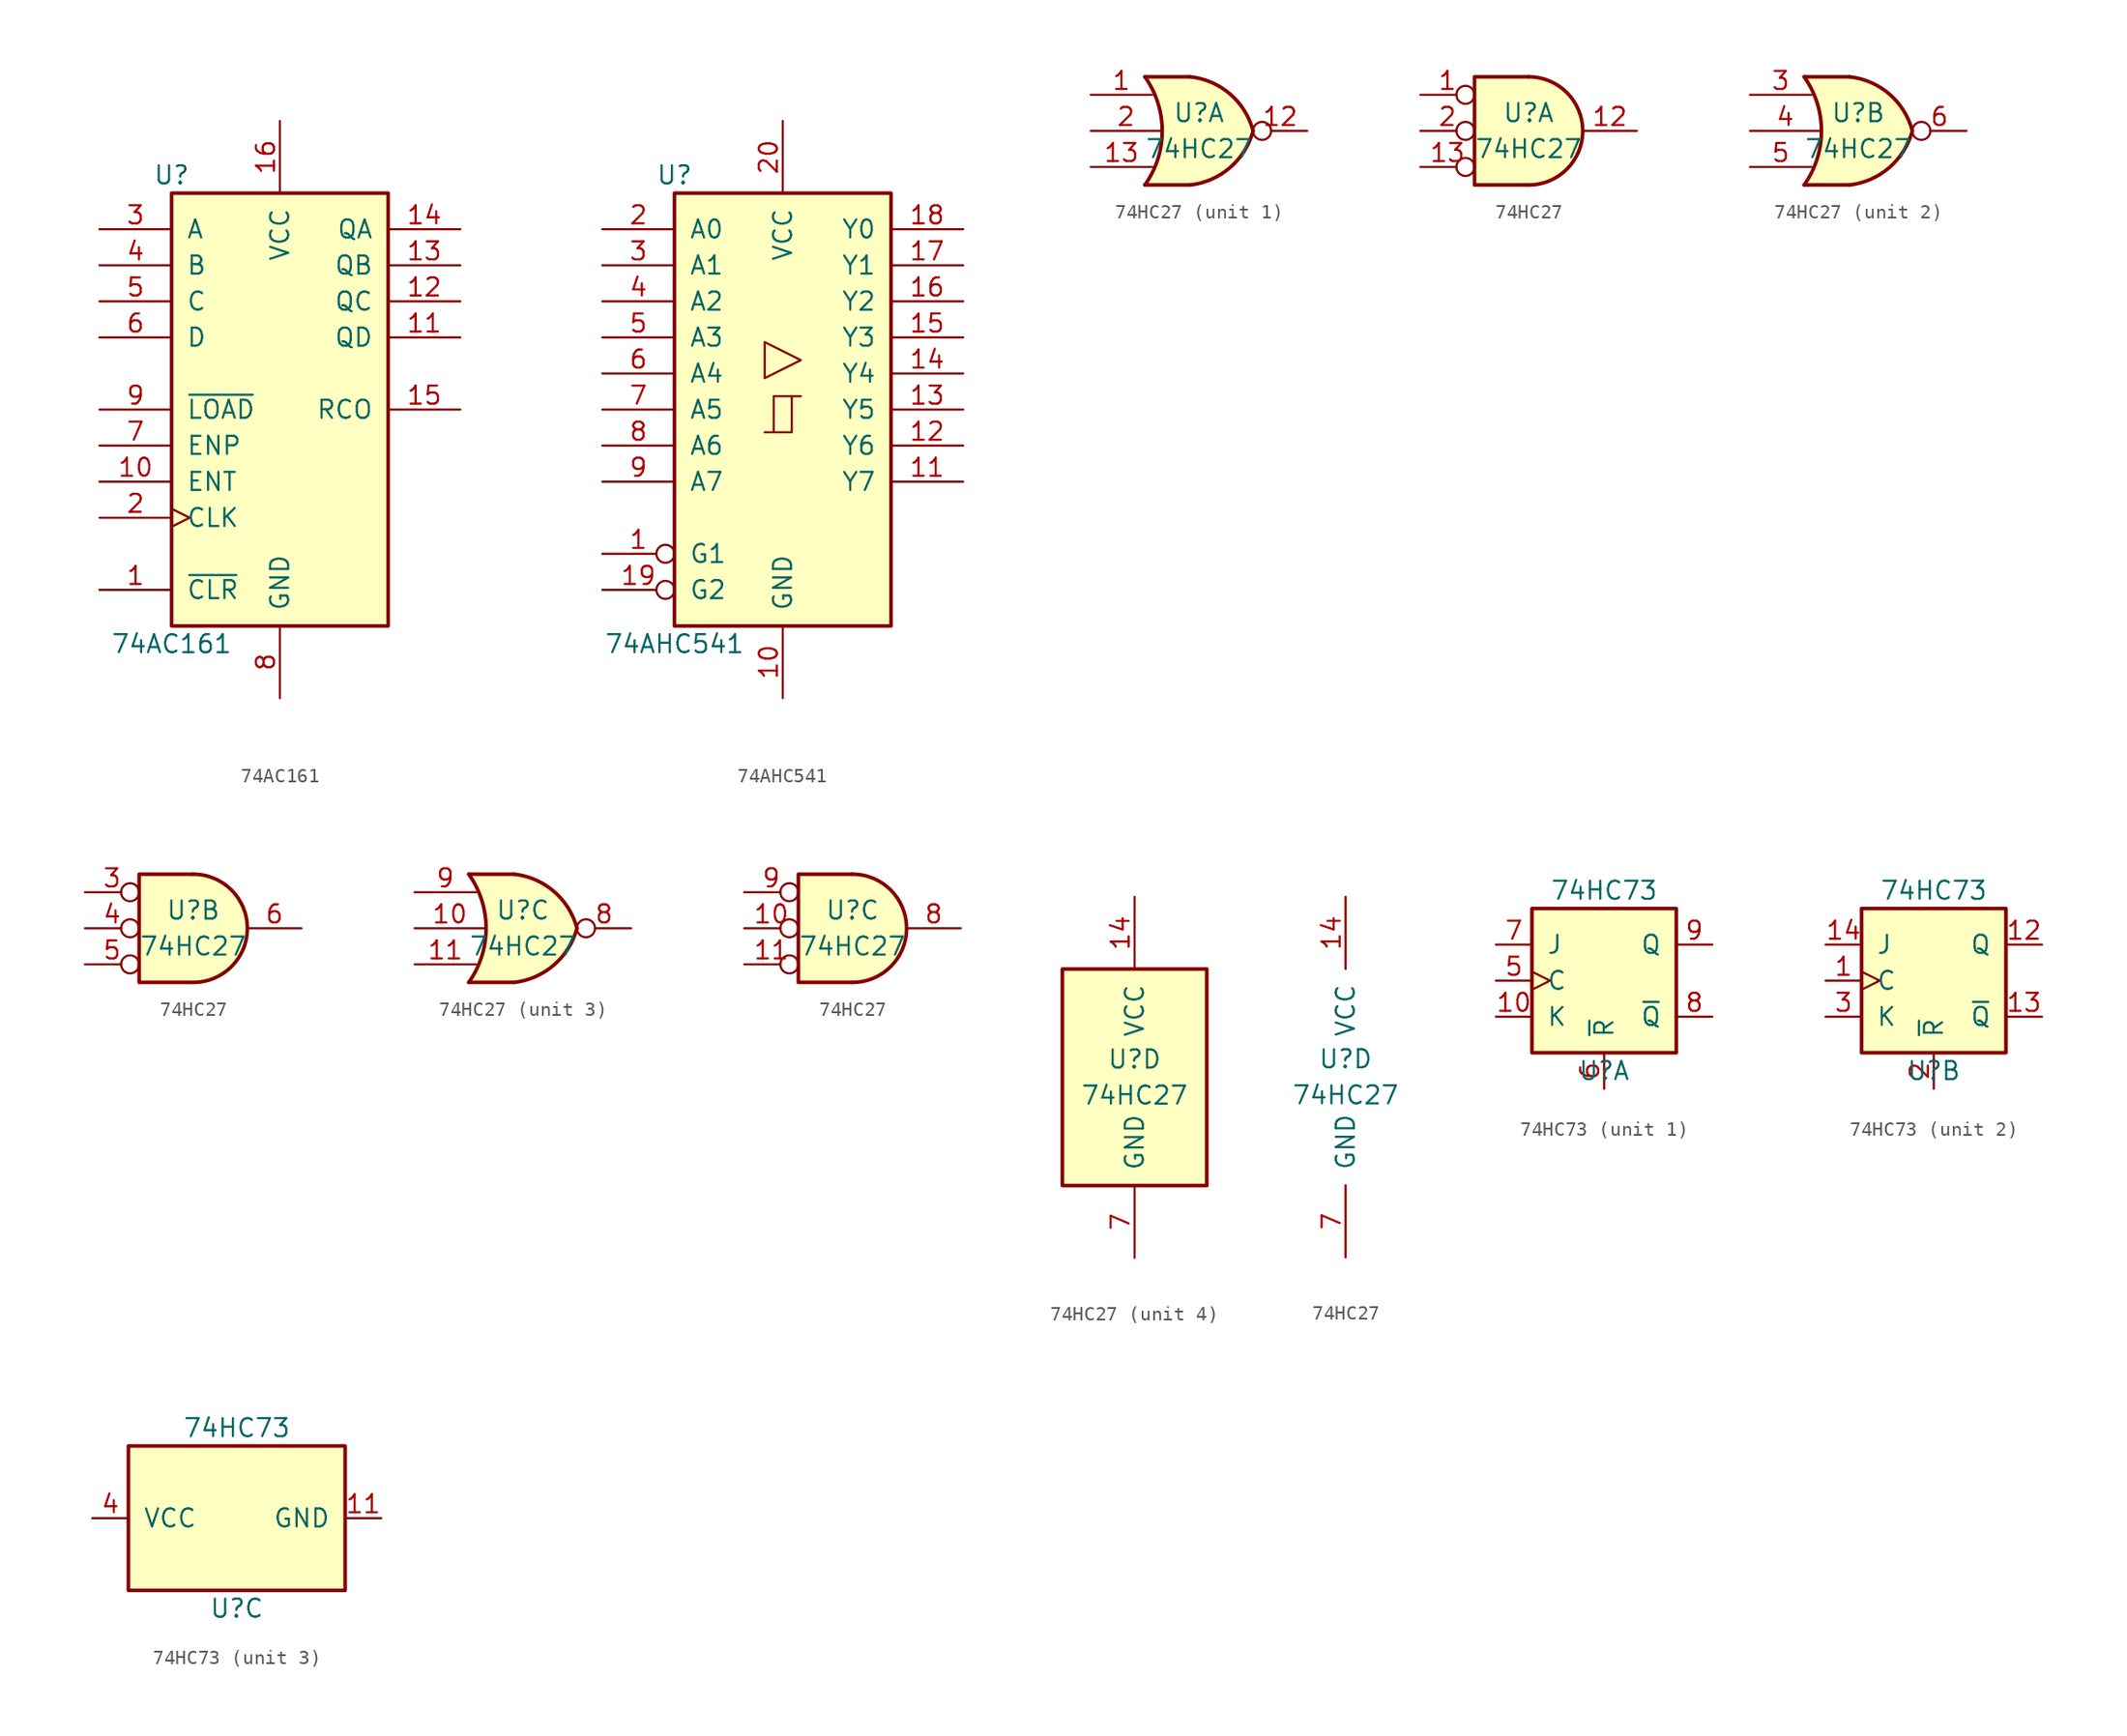
<source format=kicad_sym>
(kicad_symbol_lib
  (version 20220914)
  (generator kicad_symbol_editor)
  (symbol "74AC161"
    (pin_names
      (offset 1.016))
    (property "Reference" "U"
      (at -7.62 16.51 0)
      (effects (font (size 1.27 1.27))))
    (property "Value" "74AC161"
      (at -7.62 -16.51 0)
      (effects (font (size 1.27 1.27))))
    (symbol "74AC161_1_0"
      (pin input line (at -12.7 -12.7 0) (length 5.08) (name "~{CLR}" (effects (font (size 1.27 1.27)))) (number "1" (effects (font (size 1.27 1.27)))))
      (pin input line (at -12.7 -5.08 0) (length 5.08) (name "ENT" (effects (font (size 1.27 1.27)))) (number "10" (effects (font (size 1.27 1.27)))))
      (pin output line (at 12.7 5.08 180) (length 5.08) (name "QD" (effects (font (size 1.27 1.27)))) (number "11" (effects (font (size 1.27 1.27)))))
      (pin output line (at 12.7 7.62 180) (length 5.08) (name "QC" (effects (font (size 1.27 1.27)))) (number "12" (effects (font (size 1.27 1.27)))))
      (pin output line (at 12.7 10.16 180) (length 5.08) (name "QB" (effects (font (size 1.27 1.27)))) (number "13" (effects (font (size 1.27 1.27)))))
      (pin output line (at 12.7 12.7 180) (length 5.08) (name "QA" (effects (font (size 1.27 1.27)))) (number "14" (effects (font (size 1.27 1.27)))))
      (pin output line (at 12.7 0 180) (length 5.08) (name "RCO" (effects (font (size 1.27 1.27)))) (number "15" (effects (font (size 1.27 1.27)))))
      (pin power_in line (at 0 20.32 270) (length 5.08) (name "VCC" (effects (font (size 1.27 1.27)))) (number "16" (effects (font (size 1.27 1.27)))))
      (pin input clock (at -12.7 -7.62 0) (length 5.08) (name "CLK" (effects (font (size 1.27 1.27)))) (number "2" (effects (font (size 1.27 1.27)))))
      (pin input line (at -12.7 12.7 0) (length 5.08) (name "A" (effects (font (size 1.27 1.27)))) (number "3" (effects (font (size 1.27 1.27)))))
      (pin input line (at -12.7 10.16 0) (length 5.08) (name "B" (effects (font (size 1.27 1.27)))) (number "4" (effects (font (size 1.27 1.27)))))
      (pin input line (at -12.7 7.62 0) (length 5.08) (name "C" (effects (font (size 1.27 1.27)))) (number "5" (effects (font (size 1.27 1.27)))))
      (pin input line (at -12.7 5.08 0) (length 5.08) (name "D" (effects (font (size 1.27 1.27)))) (number "6" (effects (font (size 1.27 1.27)))))
      (pin input line (at -12.7 -2.54 0) (length 5.08) (name "ENP" (effects (font (size 1.27 1.27)))) (number "7" (effects (font (size 1.27 1.27)))))
      (pin power_in line (at 0 -20.32 90) (length 5.08) (name "GND" (effects (font (size 1.27 1.27)))) (number "8" (effects (font (size 1.27 1.27)))))
      (pin input line (at -12.7 0 0) (length 5.08) (name "~{LOAD}" (effects (font (size 1.27 1.27)))) (number "9" (effects (font (size 1.27 1.27))))))
    (symbol "74AC161_1_1"
      (rectangle (start -7.62 15.24) (end 7.62 -15.24) (stroke (width 0.254) (type default)) (fill (type background)))))
  (symbol "74AHC541"
    (pin_names
      (offset 1.016))
    (property "Reference" "U"
      (at -7.62 16.51 0)
      (effects (font (size 1.27 1.27))))
    (property "Value" "74AHC541"
      (at -7.62 -16.51 0)
      (effects (font (size 1.27 1.27))))
    (symbol "74AHC541_1_0"
      (polyline (pts (xy -0.635 -1.6) (xy -0.635 0.94) (xy 0.635 0.94)) (stroke (width 0) (type default)) (fill (type none)))
      (polyline (pts (xy -1.27 -1.6) (xy 0.635 -1.6) (xy 0.635 0.94) (xy 1.27 0.94)) (stroke (width 0) (type default)) (fill (type none)))
      (polyline (pts (xy 1.27 3.48) (xy -1.27 4.75) (xy -1.27 2.21) (xy 1.27 3.48)) (stroke (width 0.152) (type default)) (fill (type none)))
      (pin input inverted (at -12.7 -10.16 0) (length 5.08) (name "G1" (effects (font (size 1.27 1.27)))) (number "1" (effects (font (size 1.27 1.27)))))
      (pin power_in line (at 0 -20.32 90) (length 5.08) (name "GND" (effects (font (size 1.27 1.27)))) (number "10" (effects (font (size 1.27 1.27)))))
      (pin tri_state line (at 12.7 -5.08 180) (length 5.08) (name "Y7" (effects (font (size 1.27 1.27)))) (number "11" (effects (font (size 1.27 1.27)))))
      (pin tri_state line (at 12.7 -2.54 180) (length 5.08) (name "Y6" (effects (font (size 1.27 1.27)))) (number "12" (effects (font (size 1.27 1.27)))))
      (pin tri_state line (at 12.7 0 180) (length 5.08) (name "Y5" (effects (font (size 1.27 1.27)))) (number "13" (effects (font (size 1.27 1.27)))))
      (pin tri_state line (at 12.7 2.54 180) (length 5.08) (name "Y4" (effects (font (size 1.27 1.27)))) (number "14" (effects (font (size 1.27 1.27)))))
      (pin tri_state line (at 12.7 5.08 180) (length 5.08) (name "Y3" (effects (font (size 1.27 1.27)))) (number "15" (effects (font (size 1.27 1.27)))))
      (pin tri_state line (at 12.7 7.62 180) (length 5.08) (name "Y2" (effects (font (size 1.27 1.27)))) (number "16" (effects (font (size 1.27 1.27)))))
      (pin tri_state line (at 12.7 10.16 180) (length 5.08) (name "Y1" (effects (font (size 1.27 1.27)))) (number "17" (effects (font (size 1.27 1.27)))))
      (pin tri_state line (at 12.7 12.7 180) (length 5.08) (name "Y0" (effects (font (size 1.27 1.27)))) (number "18" (effects (font (size 1.27 1.27)))))
      (pin input inverted (at -12.7 -12.7 0) (length 5.08) (name "G2" (effects (font (size 1.27 1.27)))) (number "19" (effects (font (size 1.27 1.27)))))
      (pin input line (at -12.7 12.7 0) (length 5.08) (name "A0" (effects (font (size 1.27 1.27)))) (number "2" (effects (font (size 1.27 1.27)))))
      (pin power_in line (at 0 20.32 270) (length 5.08) (name "VCC" (effects (font (size 1.27 1.27)))) (number "20" (effects (font (size 1.27 1.27)))))
      (pin input line (at -12.7 10.16 0) (length 5.08) (name "A1" (effects (font (size 1.27 1.27)))) (number "3" (effects (font (size 1.27 1.27)))))
      (pin input line (at -12.7 7.62 0) (length 5.08) (name "A2" (effects (font (size 1.27 1.27)))) (number "4" (effects (font (size 1.27 1.27)))))
      (pin input line (at -12.7 5.08 0) (length 5.08) (name "A3" (effects (font (size 1.27 1.27)))) (number "5" (effects (font (size 1.27 1.27)))))
      (pin input line (at -12.7 2.54 0) (length 5.08) (name "A4" (effects (font (size 1.27 1.27)))) (number "6" (effects (font (size 1.27 1.27)))))
      (pin input line (at -12.7 0 0) (length 5.08) (name "A5" (effects (font (size 1.27 1.27)))) (number "7" (effects (font (size 1.27 1.27)))))
      (pin input line (at -12.7 -2.54 0) (length 5.08) (name "A6" (effects (font (size 1.27 1.27)))) (number "8" (effects (font (size 1.27 1.27)))))
      (pin input line (at -12.7 -5.08 0) (length 5.08) (name "A7" (effects (font (size 1.27 1.27)))) (number "9" (effects (font (size 1.27 1.27))))))
    (symbol "74AHC541_1_1"
      (rectangle (start -7.62 15.24) (end 7.62 -15.24) (stroke (width 0.254) (type default)) (fill (type background)))))
  (symbol "74HC27"
    (pin_names
      (offset 1.016))
    (property "Reference" "U"
      (at 0 1.27 0)
      (effects (font (size 1.27 1.27))))
    (property "Value" "74HC27"
      (at 0 -1.27 0)
      (effects (font (size 1.27 1.27))))
    (property "ki_locked" ""
      (at 0 0 0)
      (effects (font (size 1.27 1.27))))
    (symbol "74HC27_1_1"
      (arc (start -3.81 -3.81) (mid -2.589 0) (end -3.81 3.81) (stroke (width 0.254) (type default)) (fill (type none)))
      (arc (start -0.6096 -3.81) (mid 2.1842 -2.5851) (end 3.81 0) (stroke (width 0.254) (type default)) (fill (type background)))
      (polyline (pts (xy -3.81 -3.81) (xy -0.635 -3.81)) (stroke (width 0.254) (type default)) (fill (type background)))
      (polyline (pts (xy -3.81 3.81) (xy -0.635 3.81)) (stroke (width 0.254) (type default)) (fill (type background)))
      (polyline (pts (xy -0.635 3.81) (xy -3.81 3.81) (xy -3.81 3.81) (xy -3.556 3.404) (xy -3.023 2.261) (xy -2.692 1.041) (xy -2.616 -0.254) (xy -2.769 -1.499) (xy -3.175 -2.718) (xy -3.81 -3.81) (xy -3.81 -3.81) (xy -0.635 -3.81)) (stroke (width -25.4) (type default)) (fill (type background)))
      (arc (start 3.81 0) (mid 2.1915 2.5936) (end -0.6096 3.81) (stroke (width 0.254) (type default)) (fill (type background)))
      (pin input line (at -7.62 2.54 0) (length 4.318) (name "~" (effects (font (size 1.27 1.27)))) (number "1" (effects (font (size 1.27 1.27)))))
      (pin output inverted (at 7.62 0 180) (length 3.81) (name "~" (effects (font (size 1.27 1.27)))) (number "12" (effects (font (size 1.27 1.27)))))
      (pin input line (at -7.62 -2.54 0) (length 4.318) (name "~" (effects (font (size 1.27 1.27)))) (number "13" (effects (font (size 1.27 1.27)))))
      (pin input line (at -7.62 0 0) (length 4.953) (name "~" (effects (font (size 1.27 1.27)))) (number "2" (effects (font (size 1.27 1.27))))))
    (symbol "74HC27_1_2"
      (arc (start 0 -3.81) (mid 3.7934 0) (end 0 3.81) (stroke (width 0.254) (type default)) (fill (type background)))
      (polyline (pts (xy 0 3.81) (xy -3.81 3.81) (xy -3.81 -3.81) (xy 0 -3.81)) (stroke (width 0.254) (type default)) (fill (type background)))
      (pin input inverted (at -7.62 2.54 0) (length 3.81) (name "~" (effects (font (size 1.27 1.27)))) (number "1" (effects (font (size 1.27 1.27)))))
      (pin output line (at 7.62 0 180) (length 3.81) (name "~" (effects (font (size 1.27 1.27)))) (number "12" (effects (font (size 1.27 1.27)))))
      (pin input inverted (at -7.62 -2.54 0) (length 3.81) (name "~" (effects (font (size 1.27 1.27)))) (number "13" (effects (font (size 1.27 1.27)))))
      (pin input inverted (at -7.62 0 0) (length 3.81) (name "~" (effects (font (size 1.27 1.27)))) (number "2" (effects (font (size 1.27 1.27))))))
    (symbol "74HC27_2_1"
      (arc (start -3.81 -3.81) (mid -2.589 0) (end -3.81 3.81) (stroke (width 0.254) (type default)) (fill (type none)))
      (arc (start -0.6096 -3.81) (mid 2.1842 -2.5851) (end 3.81 0) (stroke (width 0.254) (type default)) (fill (type background)))
      (polyline (pts (xy -3.81 -3.81) (xy -0.635 -3.81)) (stroke (width 0.254) (type default)) (fill (type background)))
      (polyline (pts (xy -3.81 3.81) (xy -0.635 3.81)) (stroke (width 0.254) (type default)) (fill (type background)))
      (polyline (pts (xy -0.635 3.81) (xy -3.81 3.81) (xy -3.81 3.81) (xy -3.556 3.404) (xy -3.023 2.261) (xy -2.692 1.041) (xy -2.616 -0.254) (xy -2.769 -1.499) (xy -3.175 -2.718) (xy -3.81 -3.81) (xy -3.81 -3.81) (xy -0.635 -3.81)) (stroke (width -25.4) (type default)) (fill (type background)))
      (arc (start 3.81 0) (mid 2.1915 2.5936) (end -0.6096 3.81) (stroke (width 0.254) (type default)) (fill (type background)))
      (pin input line (at -7.62 2.54 0) (length 4.318) (name "~" (effects (font (size 1.27 1.27)))) (number "3" (effects (font (size 1.27 1.27)))))
      (pin input line (at -7.62 0 0) (length 4.953) (name "~" (effects (font (size 1.27 1.27)))) (number "4" (effects (font (size 1.27 1.27)))))
      (pin input line (at -7.62 -2.54 0) (length 4.318) (name "~" (effects (font (size 1.27 1.27)))) (number "5" (effects (font (size 1.27 1.27)))))
      (pin output inverted (at 7.62 0 180) (length 3.81) (name "~" (effects (font (size 1.27 1.27)))) (number "6" (effects (font (size 1.27 1.27))))))
    (symbol "74HC27_2_2"
      (arc (start 0 -3.81) (mid 3.7934 0) (end 0 3.81) (stroke (width 0.254) (type default)) (fill (type background)))
      (polyline (pts (xy 0 3.81) (xy -3.81 3.81) (xy -3.81 -3.81) (xy 0 -3.81)) (stroke (width 0.254) (type default)) (fill (type background)))
      (pin input inverted (at -7.62 2.54 0) (length 3.81) (name "~" (effects (font (size 1.27 1.27)))) (number "3" (effects (font (size 1.27 1.27)))))
      (pin input inverted (at -7.62 0 0) (length 3.81) (name "~" (effects (font (size 1.27 1.27)))) (number "4" (effects (font (size 1.27 1.27)))))
      (pin input inverted (at -7.62 -2.54 0) (length 3.81) (name "~" (effects (font (size 1.27 1.27)))) (number "5" (effects (font (size 1.27 1.27)))))
      (pin output line (at 7.62 0 180) (length 3.81) (name "~" (effects (font (size 1.27 1.27)))) (number "6" (effects (font (size 1.27 1.27))))))
    (symbol "74HC27_3_1"
      (arc (start -3.81 -3.81) (mid -2.589 0) (end -3.81 3.81) (stroke (width 0.254) (type default)) (fill (type none)))
      (arc (start -0.6096 -3.81) (mid 2.1842 -2.5851) (end 3.81 0) (stroke (width 0.254) (type default)) (fill (type background)))
      (polyline (pts (xy -3.81 -3.81) (xy -0.635 -3.81)) (stroke (width 0.254) (type default)) (fill (type background)))
      (polyline (pts (xy -3.81 3.81) (xy -0.635 3.81)) (stroke (width 0.254) (type default)) (fill (type background)))
      (polyline (pts (xy -0.635 3.81) (xy -3.81 3.81) (xy -3.81 3.81) (xy -3.556 3.404) (xy -3.023 2.261) (xy -2.692 1.041) (xy -2.616 -0.254) (xy -2.769 -1.499) (xy -3.175 -2.718) (xy -3.81 -3.81) (xy -3.81 -3.81) (xy -0.635 -3.81)) (stroke (width -25.4) (type default)) (fill (type background)))
      (arc (start 3.81 0) (mid 2.1915 2.5936) (end -0.6096 3.81) (stroke (width 0.254) (type default)) (fill (type background)))
      (pin input line (at -7.62 0 0) (length 4.953) (name "~" (effects (font (size 1.27 1.27)))) (number "10" (effects (font (size 1.27 1.27)))))
      (pin input line (at -7.62 -2.54 0) (length 4.318) (name "~" (effects (font (size 1.27 1.27)))) (number "11" (effects (font (size 1.27 1.27)))))
      (pin output inverted (at 7.62 0 180) (length 3.81) (name "~" (effects (font (size 1.27 1.27)))) (number "8" (effects (font (size 1.27 1.27)))))
      (pin input line (at -7.62 2.54 0) (length 4.318) (name "~" (effects (font (size 1.27 1.27)))) (number "9" (effects (font (size 1.27 1.27))))))
    (symbol "74HC27_3_2"
      (arc (start 0 -3.81) (mid 3.7934 0) (end 0 3.81) (stroke (width 0.254) (type default)) (fill (type background)))
      (polyline (pts (xy 0 3.81) (xy -3.81 3.81) (xy -3.81 -3.81) (xy 0 -3.81)) (stroke (width 0.254) (type default)) (fill (type background)))
      (pin input inverted (at -7.62 0 0) (length 3.81) (name "~" (effects (font (size 1.27 1.27)))) (number "10" (effects (font (size 1.27 1.27)))))
      (pin input inverted (at -7.62 -2.54 0) (length 3.81) (name "~" (effects (font (size 1.27 1.27)))) (number "11" (effects (font (size 1.27 1.27)))))
      (pin output line (at 7.62 0 180) (length 3.81) (name "~" (effects (font (size 1.27 1.27)))) (number "8" (effects (font (size 1.27 1.27)))))
      (pin input inverted (at -7.62 2.54 0) (length 3.81) (name "~" (effects (font (size 1.27 1.27)))) (number "9" (effects (font (size 1.27 1.27))))))
    (symbol "74HC27_4_0"
      (pin power_in line (at 0 12.7 270) (length 5.08) (name "VCC" (effects (font (size 1.27 1.27)))) (number "14" (effects (font (size 1.27 1.27)))))
      (pin power_in line (at 0 -12.7 90) (length 5.08) (name "GND" (effects (font (size 1.27 1.27)))) (number "7" (effects (font (size 1.27 1.27))))))
    (symbol "74HC27_4_1"
      (rectangle (start -5.08 7.62) (end 5.08 -7.62) (stroke (width 0.254) (type default)) (fill (type background)))))
  (symbol "74HC73"
    (pin_names
      (offset 1.016))
    (property "Reference" "U"
      (at 0 -6.35 0)
      (effects (font (size 1.27 1.27))))
    (property "Value" "74HC73"
      (at 0 6.35 0)
      (effects (font (size 1.27 1.27))))
    (property "ki_locked" ""
      (at 0 0 0)
      (effects (font (size 1.27 1.27))))
    (symbol "74HC73_1_0"
      (pin input line (at -7.62 -2.54 0) (length 2.54) (name "K" (effects (font (size 1.27 1.27)))) (number "10" (effects (font (size 1.27 1.27)))))
      (pin input clock (at -7.62 0 0) (length 2.54) (name "C" (effects (font (size 1.27 1.27)))) (number "5" (effects (font (size 1.27 1.27)))))
      (pin input line (at 0 -7.62 90) (length 2.54) (name "~{R}" (effects (font (size 1.27 1.27)))) (number "6" (effects (font (size 1.27 1.27)))))
      (pin input line (at -7.62 2.54 0) (length 2.54) (name "J" (effects (font (size 1.27 1.27)))) (number "7" (effects (font (size 1.27 1.27)))))
      (pin output line (at 7.62 -2.54 180) (length 2.54) (name "~{Q}" (effects (font (size 1.27 1.27)))) (number "8" (effects (font (size 1.27 1.27)))))
      (pin output line (at 7.62 2.54 180) (length 2.54) (name "Q" (effects (font (size 1.27 1.27)))) (number "9" (effects (font (size 1.27 1.27))))))
    (symbol "74HC73_1_1"
      (rectangle (start -5.08 5.08) (end 5.08 -5.08) (stroke (width 0.254) (type default)) (fill (type background))))
    (symbol "74HC73_2_0"
      (pin input clock (at -7.62 0 0) (length 2.54) (name "C" (effects (font (size 1.27 1.27)))) (number "1" (effects (font (size 1.27 1.27)))))
      (pin output line (at 7.62 2.54 180) (length 2.54) (name "Q" (effects (font (size 1.27 1.27)))) (number "12" (effects (font (size 1.27 1.27)))))
      (pin output line (at 7.62 -2.54 180) (length 2.54) (name "~{Q}" (effects (font (size 1.27 1.27)))) (number "13" (effects (font (size 1.27 1.27)))))
      (pin input line (at -7.62 2.54 0) (length 2.54) (name "J" (effects (font (size 1.27 1.27)))) (number "14" (effects (font (size 1.27 1.27)))))
      (pin input line (at 0 -7.62 90) (length 2.54) (name "~{R}" (effects (font (size 1.27 1.27)))) (number "2" (effects (font (size 1.27 1.27)))))
      (pin input line (at -7.62 -2.54 0) (length 2.54) (name "K" (effects (font (size 1.27 1.27)))) (number "3" (effects (font (size 1.27 1.27))))))
    (symbol "74HC73_2_1"
      (rectangle (start -5.08 5.08) (end 5.08 -5.08) (stroke (width 0.254) (type default)) (fill (type background))))
    (symbol "74HC73_3_0"
      (pin power_in line (at 10.16 0 180) (length 2.54) (name "GND" (effects (font (size 1.27 1.27)))) (number "11" (effects (font (size 1.27 1.27)))))
      (pin power_in line (at -10.16 0 0) (length 2.54) (name "VCC" (effects (font (size 1.27 1.27)))) (number "4" (effects (font (size 1.27 1.27))))))
    (symbol "74HC73_3_1"
      (rectangle (start -7.62 -5.08) (end 7.62 5.08) (stroke (width 0.254) (type default)) (fill (type background))))))
</source>
